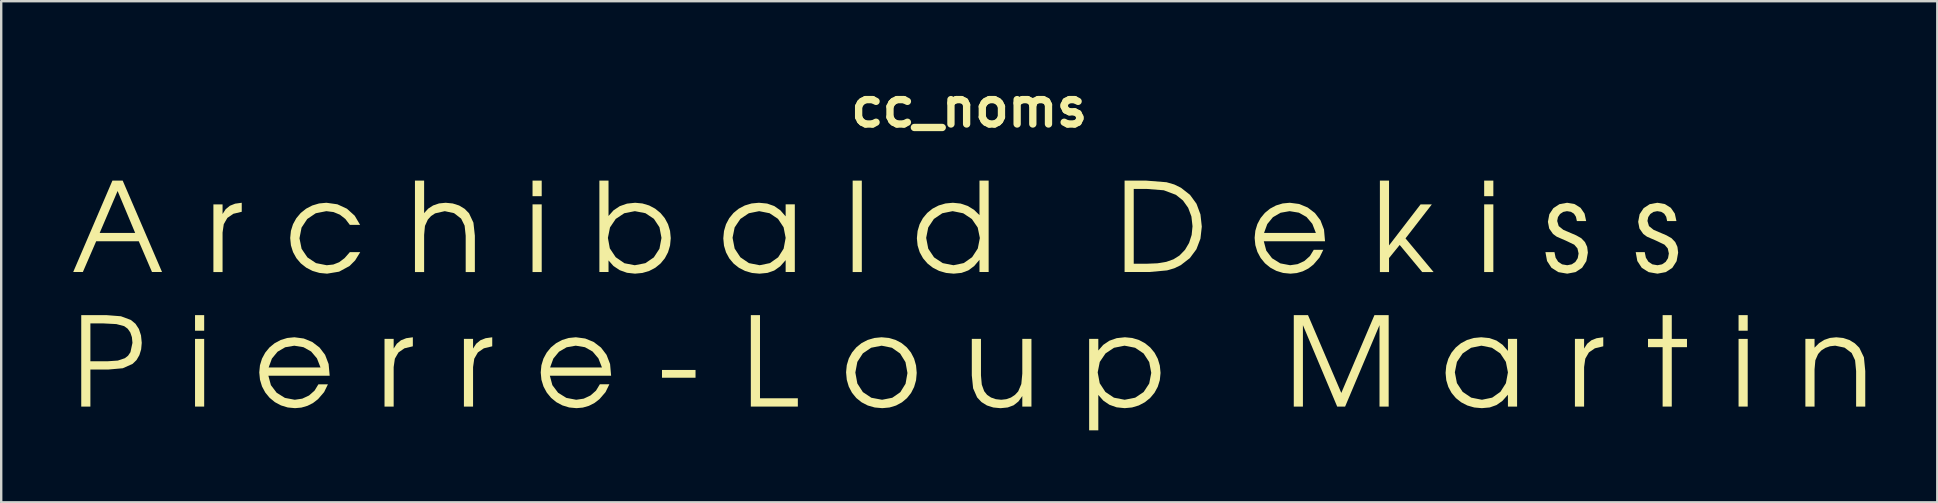
<source format=kicad_pcb>
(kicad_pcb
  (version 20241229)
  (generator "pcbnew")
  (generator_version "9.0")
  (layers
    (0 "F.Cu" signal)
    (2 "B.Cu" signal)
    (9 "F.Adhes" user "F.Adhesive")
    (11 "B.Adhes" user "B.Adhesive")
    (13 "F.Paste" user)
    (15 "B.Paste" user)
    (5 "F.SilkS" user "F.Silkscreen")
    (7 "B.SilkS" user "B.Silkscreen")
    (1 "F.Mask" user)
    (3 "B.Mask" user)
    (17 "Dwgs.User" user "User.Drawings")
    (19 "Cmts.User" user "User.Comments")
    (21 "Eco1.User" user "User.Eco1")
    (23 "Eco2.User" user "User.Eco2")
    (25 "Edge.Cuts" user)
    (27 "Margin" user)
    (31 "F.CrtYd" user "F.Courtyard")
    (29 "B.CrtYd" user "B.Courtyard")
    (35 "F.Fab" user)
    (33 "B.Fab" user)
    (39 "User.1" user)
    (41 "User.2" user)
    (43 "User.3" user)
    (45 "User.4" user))
  (footprint "cc_noms"
    (layer "F.Cu")
    (at 37.333 9.677)
    (property "Reference" "cc_noms" (at 0 -8.25 0) (layer "F.SilkS") (effects (font (size 1.524 1.524) (thickness 0.305))))
    (attr smd)
    (fp_poly (pts (xy -32.257 1.052) (xy -31.876 1.052) (xy -31.876 0.403) (xy -32.257 0.403) (xy -32.257 1.052)) (stroke (width 0) (type solid)) (fill yes) (layer "F.SilkS"))
    (fp_poly (pts (xy -32.257 4.213) (xy -31.876 4.213) (xy -31.876 1.393) (xy -32.257 1.393) (xy -32.257 4.213)) (stroke (width 0) (type solid)) (fill yes) (layer "F.SilkS"))
    (fp_poly (pts (xy -18.195 -4.553) (xy -17.813 -4.553) (xy -17.813 -5.202) (xy -18.195 -5.202) (xy -18.195 -4.553)) (stroke (width 0) (type solid)) (fill yes) (layer "F.SilkS"))
    (fp_poly (pts (xy -18.195 -1.392) (xy -17.813 -1.392) (xy -17.813 -4.212) (xy -18.195 -4.212) (xy -18.195 -1.392)) (stroke (width 0) (type solid)) (fill yes) (layer "F.SilkS"))
    (fp_poly (pts (xy -12.801 2.687) (xy -12.801 3.011) (xy -11.404 3.011) (xy -11.404 2.687) (xy -12.801 2.687)) (stroke (width 0) (type solid)) (fill yes) (layer "F.SilkS"))
    (fp_poly (pts (xy -4.857 -1.392) (xy -4.476 -1.392) (xy -4.476 -5.202) (xy -4.857 -5.202) (xy -4.857 -1.392)) (stroke (width 0) (type solid)) (fill yes) (layer "F.SilkS"))
    (fp_poly (pts (xy 21.455 -4.553) (xy 21.837 -4.553) (xy 21.837 -5.202) (xy 21.455 -5.202) (xy 21.455 -4.553)) (stroke (width 0) (type solid)) (fill yes) (layer "F.SilkS"))
    (fp_poly (pts (xy 21.455 -1.392) (xy 21.837 -1.392) (xy 21.837 -4.212) (xy 21.455 -4.212) (xy 21.455 -1.392)) (stroke (width 0) (type solid)) (fill yes) (layer "F.SilkS"))
    (fp_poly (pts (xy 32.054 1.052) (xy 32.435 1.052) (xy 32.435 0.403) (xy 32.054 0.403) (xy 32.054 1.052)) (stroke (width 0) (type solid)) (fill yes) (layer "F.SilkS"))
    (fp_poly (pts (xy 32.054 4.213) (xy 32.435 4.213) (xy 32.435 1.393) (xy 32.054 1.393) (xy 32.054 4.213)) (stroke (width 0) (type solid)) (fill yes) (layer "F.SilkS"))
    (fp_poly (pts (xy -9.1 4.213) (xy -7.141 4.213) (xy -7.141 3.867) (xy -8.718 3.867) (xy -8.718 0.403) (xy -9.1 0.403) (xy -9.1 4.213) (xy -9.1 4.213)) (stroke (width 0) (type solid)) (fill yes) (layer "F.SilkS"))
    (fp_poly (pts (xy 17.11 -1.392) (xy 17.491 -1.392) (xy 17.491 -1.975) (xy 17.935 -2.521) (xy 18.873 -1.392) (xy 19.347 -1.392) (xy 18.177 -2.795) (xy 19.275 -4.212) (xy 18.806 -4.212) (xy 17.491 -2.501) (xy 17.491 -5.202) (xy 17.11 -5.202) (xy 17.11 -1.392)) (stroke (width 0) (type solid)) (fill yes) (layer "F.SilkS"))
    (fp_poly (pts (xy 28.89 4.213) (xy 29.271 4.213) (xy 29.271 1.738) (xy 29.905 1.738) (xy 29.905 1.393) (xy 29.271 1.393) (xy 29.271 0.403) (xy 28.89 0.403) (xy 28.89 1.393) (xy 28.281 1.393) (xy 28.281 1.738) (xy 28.89 1.738) (xy 28.89 4.213)) (stroke (width 0) (type solid)) (fill yes) (layer "F.SilkS"))
    (fp_poly (pts (xy -35.699 -5.202) (xy -35.483 -4.769) (xy -34.751 -3.021) (xy -36.23 -3.021) (xy -35.483 -4.769) (xy -35.699 -5.202) (xy -37.333 -1.393) (xy -36.931 -1.393) (xy -36.375 -2.676) (xy -34.601 -2.676) (xy -34.05 -1.393) (xy -33.632 -1.393) (xy -35.271 -5.202) (xy -35.699 -5.202)) (stroke (width 0) (type solid)) (fill yes) (layer "F.SilkS"))
    (fp_poly (pts (xy 13.522 4.213) (xy 13.903 4.213) (xy 13.903 0.82) (xy 15.331 4.213) (xy 15.661 4.213) (xy 17.094 0.82) (xy 17.094 4.213) (xy 17.476 4.213) (xy 17.476 0.403) (xy 16.883 0.403) (xy 15.502 3.645) (xy 14.115 0.403) (xy 13.522 0.403) (xy 13.522 4.213)) (stroke (width 0) (type solid)) (fill yes) (layer "F.SilkS"))
    (fp_poly (pts (xy -31.492 -1.392) (xy -31.11 -1.392) (xy -31.11 -3.037) (xy -31.06 -3.387) (xy -30.91 -3.648) (xy -30.66 -3.82) (xy -30.311 -3.903) (xy -30.311 -4.279) (xy -30.587 -4.241) (xy -30.807 -4.153) (xy -30.98 -4.011) (xy -31.11 -3.81) (xy -31.11 -4.212) (xy -31.492 -4.212) (xy -31.492 -1.392) (xy -31.492 -1.392)) (stroke (width 0) (type solid)) (fill yes) (layer "F.SilkS"))
    (fp_poly (pts (xy -24.362 4.213) (xy -23.981 4.213) (xy -23.981 2.568) (xy -23.931 2.218) (xy -23.78 1.957) (xy -23.531 1.785) (xy -23.182 1.702) (xy -23.182 1.326) (xy -23.457 1.364) (xy -23.678 1.452) (xy -23.85 1.594) (xy -23.981 1.795) (xy -23.981 1.393) (xy -24.362 1.393) (xy -24.362 4.213) (xy -24.362 4.213)) (stroke (width 0) (type solid)) (fill yes) (layer "F.SilkS"))
    (fp_poly (pts (xy -21.054 4.213) (xy -20.673 4.213) (xy -20.673 2.568) (xy -20.623 2.218) (xy -20.472 1.957) (xy -20.223 1.785) (xy -19.874 1.702) (xy -19.874 1.326) (xy -20.149 1.364) (xy -20.37 1.452) (xy -20.542 1.594) (xy -20.673 1.795) (xy -20.673 1.393) (xy -21.054 1.393) (xy -21.054 4.213) (xy -21.054 4.213)) (stroke (width 0) (type solid)) (fill yes) (layer "F.SilkS"))
    (fp_poly (pts (xy 25.236 4.213) (xy 25.618 4.213) (xy 25.618 2.568) (xy 25.668 2.218) (xy 25.818 1.957) (xy 26.068 1.785) (xy 26.417 1.702) (xy 26.417 1.326) (xy 26.141 1.364) (xy 25.921 1.452) (xy 25.748 1.594) (xy 25.618 1.795) (xy 25.618 1.393) (xy 25.236 1.393) (xy 25.236 4.213) (xy 25.236 4.213)) (stroke (width 0) (type solid)) (fill yes) (layer "F.SilkS"))
    (fp_poly (pts (xy -23.094 -1.392) (xy -22.712 -1.392) (xy -22.712 -2.939) (xy -22.677 -3.315) (xy -22.557 -3.578) (xy -22.422 -3.727) (xy -22.255 -3.837) (xy -21.851 -3.929) (xy -21.465 -3.846) (xy -21.171 -3.619) (xy -21.025 -3.326) (xy -20.98 -2.908) (xy -20.98 -1.392) (xy -20.598 -1.392) (xy -20.598 -2.908) (xy -20.658 -3.45) (xy -20.841 -3.841) (xy -21.025 -4.027) (xy -21.254 -4.165) (xy -21.521 -4.25) (xy -21.815 -4.279) (xy -22.092 -4.251) (xy -22.337 -4.167) (xy -22.546 -4.031) (xy -22.712 -3.846) (xy -22.712 -5.202) (xy -23.094 -5.202) (xy -23.094 -1.392) (xy -23.094 -1.392)) (stroke (width 0) (type solid)) (fill yes) (layer "F.SilkS"))
    (fp_poly (pts (xy 34.838 4.213) (xy 35.22 4.213) (xy 35.22 2.661) (xy 35.254 2.283) (xy 35.369 2.022) (xy 35.501 1.876) (xy 35.669 1.768) (xy 35.864 1.7) (xy 36.081 1.676) (xy 36.47 1.757) (xy 36.766 1.98) (xy 36.909 2.283) (xy 36.952 2.733) (xy 36.952 4.213) (xy 37.333 4.213) (xy 37.333 2.733) (xy 37.277 2.161) (xy 37.086 1.764) (xy 36.898 1.578) (xy 36.672 1.44) (xy 36.413 1.355) (xy 36.127 1.326) (xy 35.862 1.353) (xy 35.623 1.434) (xy 35.409 1.569) (xy 35.22 1.759) (xy 35.22 1.393) (xy 34.838 1.393) (xy 34.838 4.213) (xy 34.838 4.213)) (stroke (width 0) (type solid)) (fill yes) (layer "F.SilkS"))
    (fp_poly (pts (xy 2.592 1.393) (xy 2.211 1.393) (xy 2.211 2.841) (xy 2.17 3.274) (xy 2.041 3.579) (xy 1.904 3.727) (xy 1.738 3.837) (xy 1.546 3.905) (xy 1.334 3.929) (xy 1.109 3.905) (xy 0.909 3.836) (xy 0.744 3.725) (xy 0.623 3.573) (xy 0.523 3.298) (xy 0.489 2.913) (xy 0.489 1.393) (xy 0.107 1.393) (xy 0.107 2.913) (xy 0.162 3.452) (xy 0.329 3.831) (xy 0.511 4.025) (xy 0.737 4.166) (xy 1.003 4.251) (xy 1.303 4.28) (xy 1.603 4.25) (xy 1.85 4.159) (xy 2.05 4.001) (xy 2.211 3.774) (xy 2.211 4.213) (xy 2.592 4.213) (xy 2.592 1.393) (xy 2.592 1.393)) (stroke (width 0) (type solid)) (fill yes) (layer "F.SilkS"))
    (fp_poly (pts (xy -36.998 0.403) (xy -36.617 0.748) (xy -36.075 0.748) (xy -35.536 0.776) (xy -35.209 0.862) (xy -35.062 0.97) (xy -34.954 1.125) (xy -34.887 1.322) (xy -34.864 1.558) (xy -34.948 1.947) (xy -35.047 2.093) (xy -35.179 2.197) (xy -35.473 2.296) (xy -35.911 2.326) (xy -36.617 2.326) (xy -36.617 0.748) (xy -36.998 0.403) (xy -36.998 4.213) (xy -36.617 4.213) (xy -36.617 2.671) (xy -35.885 2.671) (xy -35.266 2.616) (xy -34.859 2.434) (xy -34.695 2.275) (xy -34.576 2.071) (xy -34.502 1.83) (xy -34.477 1.558) (xy -34.508 1.248) (xy -34.596 0.98) (xy -34.738 0.763) (xy -34.931 0.604) (xy -35.344 0.45) (xy -35.946 0.403) (xy -36.998 0.403)) (stroke (width 0) (type solid)) (fill yes) (layer "F.SilkS"))
    (fp_poly (pts (xy 6.473 -5.202) (xy 6.854 -4.856) (xy 7.385 -4.856) (xy 8.107 -4.799) (xy 8.612 -4.609) (xy 8.905 -4.374) (xy 9.122 -4.069) (xy 9.257 -3.707) (xy 9.303 -3.3) (xy 9.267 -2.938) (xy 9.161 -2.608) (xy 8.99 -2.318) (xy 8.757 -2.078) (xy 8.509 -1.923) (xy 8.21 -1.817) (xy 7.842 -1.757) (xy 7.385 -1.738) (xy 6.854 -1.738) (xy 6.854 -4.856) (xy 6.473 -5.202) (xy 6.473 -1.393) (xy 7.499 -1.393) (xy 8.242 -1.461) (xy 8.543 -1.549) (xy 8.808 -1.676) (xy 9.19 -1.971) (xy 9.465 -2.341) (xy 9.633 -2.781) (xy 9.69 -3.284) (xy 9.634 -3.793) (xy 9.469 -4.237) (xy 9.198 -4.609) (xy 8.824 -4.903) (xy 8.542 -5.041) (xy 8.221 -5.134) (xy 7.37 -5.202) (xy 6.473 -5.202)) (stroke (width 0) (type solid)) (fill yes) (layer "F.SilkS"))
    (fp_poly (pts (xy -25.807 -2.222) (xy -26.026 -1.972) (xy -26.251 -1.802) (xy -26.495 -1.706) (xy -26.771 -1.676) (xy -27.216 -1.764) (xy -27.576 -2.004) (xy -27.817 -2.361) (xy -27.905 -2.8) (xy -27.819 -3.244) (xy -27.582 -3.602) (xy -27.227 -3.842) (xy -26.787 -3.929) (xy -26.488 -3.892) (xy -26.222 -3.782) (xy -25.993 -3.603) (xy -25.807 -3.357) (xy -25.379 -3.357) (xy -25.605 -3.74) (xy -25.928 -4.031) (xy -26.327 -4.215) (xy -26.782 -4.279) (xy -27.089 -4.25) (xy -27.374 -4.165) (xy -27.631 -4.031) (xy -27.854 -3.852) (xy -28.037 -3.635) (xy -28.175 -3.385) (xy -28.262 -3.109) (xy -28.292 -2.81) (xy -28.262 -2.505) (xy -28.174 -2.224) (xy -28.034 -1.971) (xy -27.849 -1.753) (xy -27.622 -1.574) (xy -27.361 -1.439) (xy -27.07 -1.355) (xy -26.756 -1.325) (xy -26.254 -1.408) (xy -25.818 -1.645) (xy -25.586 -1.878) (xy -25.374 -2.222) (xy -25.807 -2.222) (xy -25.807 -2.222)) (stroke (width 0) (type solid)) (fill yes) (layer "F.SilkS"))
    (fp_poly (pts (xy -15.41 -5.202) (xy -15.055 -2.815) (xy -14.967 -3.252) (xy -14.728 -3.606) (xy -14.372 -3.843) (xy -13.931 -3.929) (xy -13.49 -3.844) (xy -13.139 -3.61) (xy -12.906 -3.257) (xy -12.822 -2.815) (xy -12.907 -2.363) (xy -13.142 -2.002) (xy -13.494 -1.762) (xy -13.936 -1.676) (xy -14.367 -1.759) (xy -14.73 -2.011) (xy -14.975 -2.378) (xy -15.055 -2.815) (xy -15.41 -5.202) (xy -15.41 -1.393) (xy -15.029 -1.393) (xy -15.029 -1.877) (xy -14.822 -1.643) (xy -14.562 -1.47) (xy -14.26 -1.362) (xy -13.925 -1.325) (xy -13.617 -1.355) (xy -13.334 -1.438) (xy -13.08 -1.571) (xy -12.862 -1.748) (xy -12.683 -1.965) (xy -12.549 -2.217) (xy -12.465 -2.499) (xy -12.436 -2.805) (xy -12.465 -3.107) (xy -12.55 -3.385) (xy -12.685 -3.636) (xy -12.865 -3.853) (xy -13.084 -4.032) (xy -13.336 -4.166) (xy -13.617 -4.25) (xy -13.92 -4.279) (xy -14.259 -4.243) (xy -14.561 -4.137) (xy -14.82 -3.964) (xy -15.029 -3.728) (xy -15.029 -5.202) (xy -15.41 -5.202)) (stroke (width 0) (type solid)) (fill yes) (layer "F.SilkS"))
    (fp_poly (pts (xy 0.427 -5.202) (xy 0.443 -2.81) (xy 0.356 -2.372) (xy 0.12 -2.011) (xy -0.229 -1.766) (xy -0.655 -1.676) (xy -1.105 -1.764) (xy -1.466 -2.004) (xy -1.707 -2.365) (xy -1.794 -2.815) (xy -1.708 -3.25) (xy -1.473 -3.604) (xy -1.122 -3.842) (xy -0.691 -3.929) (xy -0.251 -3.841) (xy 0.11 -3.601) (xy 0.353 -3.246) (xy 0.443 -2.81) (xy 0.427 -5.202) (xy 0.427 -3.764) (xy 0.199 -3.986) (xy -0.065 -4.147) (xy -0.36 -4.246) (xy -0.681 -4.279) (xy -0.989 -4.25) (xy -1.274 -4.166) (xy -1.53 -4.033) (xy -1.75 -3.855) (xy -1.931 -3.637) (xy -2.067 -3.385) (xy -2.151 -3.105) (xy -2.181 -2.8) (xy -2.151 -2.497) (xy -2.064 -2.217) (xy -1.925 -1.966) (xy -1.74 -1.749) (xy -1.514 -1.572) (xy -1.252 -1.438) (xy -0.961 -1.355) (xy -0.645 -1.325) (xy -0.319 -1.358) (xy -0.039 -1.461) (xy 0.206 -1.641) (xy 0.427 -1.903) (xy 0.427 -1.393) (xy 0.809 -1.393) (xy 0.809 -5.202) (xy 0.427 -5.202)) (stroke (width 0) (type solid)) (fill yes) (layer "F.SilkS"))
    (fp_poly (pts (xy 6.486 1.325) (xy 6.471 1.676) (xy 6.912 1.762) (xy 7.265 2) (xy 7.499 2.359) (xy 7.584 2.81) (xy 7.499 3.253) (xy 7.266 3.607) (xy 6.914 3.843) (xy 6.476 3.929) (xy 6.029 3.842) (xy 5.673 3.603) (xy 5.437 3.242) (xy 5.352 2.789) (xy 5.439 2.352) (xy 5.678 1.999) (xy 6.032 1.763) (xy 6.471 1.676) (xy 6.486 1.325) (xy 6.144 1.362) (xy 5.841 1.468) (xy 5.584 1.641) (xy 5.378 1.877) (xy 5.378 1.393) (xy 4.996 1.393) (xy 4.996 5.202) (xy 5.378 5.202) (xy 5.378 3.728) (xy 5.588 3.966) (xy 5.843 4.139) (xy 6.141 4.244) (xy 6.476 4.279) (xy 6.782 4.25) (xy 7.064 4.166) (xy 7.318 4.032) (xy 7.538 3.854) (xy 7.719 3.638) (xy 7.855 3.388) (xy 7.941 3.11) (xy 7.971 2.81) (xy 7.941 2.505) (xy 7.857 2.224) (xy 7.723 1.971) (xy 7.543 1.753) (xy 7.325 1.574) (xy 7.073 1.44) (xy 6.791 1.355) (xy 6.486 1.325)) (stroke (width 0) (type solid)) (fill yes) (layer "F.SilkS"))
    (fp_poly (pts (xy 21.331 1.325) (xy 21.341 1.676) (xy 21.775 1.762) (xy 22.125 1.997) (xy 22.359 2.35) (xy 22.445 2.789) (xy 22.361 3.238) (xy 22.131 3.599) (xy 21.788 3.841) (xy 21.362 3.929) (xy 20.916 3.841) (xy 20.558 3.599) (xy 20.319 3.235) (xy 20.233 2.785) (xy 20.32 2.352) (xy 20.557 2) (xy 20.909 1.763) (xy 21.341 1.676) (xy 21.331 1.325) (xy 21.024 1.355) (xy 20.743 1.438) (xy 20.49 1.572) (xy 20.272 1.751) (xy 20.093 1.969) (xy 19.96 2.222) (xy 19.876 2.504) (xy 19.847 2.81) (xy 19.876 3.115) (xy 19.961 3.394) (xy 20.096 3.644) (xy 20.277 3.86) (xy 20.499 4.036) (xy 20.755 4.168) (xy 21.043 4.251) (xy 21.357 4.279) (xy 21.687 4.249) (xy 21.969 4.149) (xy 22.216 3.975) (xy 22.445 3.718) (xy 22.445 4.213) (xy 22.826 4.213) (xy 22.826 1.393) (xy 22.445 1.393) (xy 22.445 1.893) (xy 22.222 1.639) (xy 21.967 1.462) (xy 21.673 1.359) (xy 21.331 1.325)) (stroke (width 0) (type solid)) (fill yes) (layer "F.SilkS"))
    (fp_poly (pts (xy -8.762 -4.279) (xy -8.752 -3.929) (xy -8.319 -3.843) (xy -7.968 -3.608) (xy -7.734 -3.255) (xy -7.649 -2.815) (xy -7.732 -2.368) (xy -7.962 -2.006) (xy -8.306 -1.764) (xy -8.731 -1.676) (xy -9.178 -1.764) (xy -9.535 -2.007) (xy -9.774 -2.37) (xy -9.861 -2.82) (xy -9.774 -3.252) (xy -9.536 -3.605) (xy -9.184 -3.842) (xy -8.752 -3.929) (xy -8.762 -4.279) (xy -9.069 -4.25) (xy -9.351 -4.166) (xy -9.604 -4.032) (xy -9.822 -3.854) (xy -10 -3.636) (xy -10.134 -3.384) (xy -10.218 -3.101) (xy -10.247 -2.795) (xy -10.218 -2.49) (xy -10.133 -2.211) (xy -9.997 -1.96) (xy -9.817 -1.745) (xy -9.595 -1.569) (xy -9.338 -1.437) (xy -9.05 -1.354) (xy -8.737 -1.325) (xy -8.407 -1.357) (xy -8.125 -1.455) (xy -7.877 -1.63) (xy -7.649 -1.888) (xy -7.649 -1.393) (xy -7.267 -1.393) (xy -7.267 -4.212) (xy -7.267 -4.213) (xy -7.649 -4.213) (xy -7.649 -3.712) (xy -7.871 -3.966) (xy -8.127 -4.143) (xy -8.421 -4.246) (xy -8.762 -4.279)) (stroke (width 0) (type solid)) (fill yes) (layer "F.SilkS"))
    (fp_poly (pts (xy -28.117 1.325) (xy -28.122 1.677) (xy -27.739 1.739) (xy -27.419 1.919) (xy -27.177 2.205) (xy -27.029 2.583) (xy -29.189 2.583) (xy -29.054 2.213) (xy -28.818 1.927) (xy -28.501 1.742) (xy -28.122 1.677) (xy -28.117 1.325) (xy -28.415 1.355) (xy -28.691 1.44) (xy -28.94 1.573) (xy -29.156 1.75) (xy -29.333 1.967) (xy -29.467 2.215) (xy -29.552 2.492) (xy -29.581 2.79) (xy -29.551 3.094) (xy -29.466 3.375) (xy -29.33 3.628) (xy -29.149 3.848) (xy -28.929 4.029) (xy -28.676 4.164) (xy -28.395 4.25) (xy -28.091 4.279) (xy -27.825 4.255) (xy -27.573 4.182) (xy -27.34 4.064) (xy -27.132 3.903) (xy -26.879 3.61) (xy -26.72 3.285) (xy -27.116 3.285) (xy -27.278 3.549) (xy -27.508 3.752) (xy -27.79 3.883) (xy -28.102 3.929) (xy -28.512 3.851) (xy -28.855 3.638) (xy -29.096 3.32) (xy -29.2 2.929) (xy -26.647 2.929) (xy -26.691 2.441) (xy -26.838 2.057) (xy -27.069 1.754) (xy -27.371 1.523) (xy -27.726 1.377) (xy -28.117 1.325)) (stroke (width 0) (type solid)) (fill yes) (layer "F.SilkS"))
    (fp_poly (pts (xy -16.39 1.325) (xy -16.395 1.676) (xy -16.012 1.739) (xy -15.693 1.919) (xy -15.451 2.205) (xy -15.303 2.583) (xy -17.463 2.583) (xy -17.328 2.213) (xy -17.092 1.927) (xy -16.774 1.742) (xy -16.395 1.676) (xy -16.39 1.325) (xy -16.689 1.355) (xy -16.965 1.439) (xy -17.214 1.573) (xy -17.43 1.75) (xy -17.607 1.967) (xy -17.741 2.215) (xy -17.825 2.492) (xy -17.854 2.79) (xy -17.825 3.094) (xy -17.739 3.375) (xy -17.603 3.628) (xy -17.423 3.848) (xy -17.203 4.029) (xy -16.95 4.164) (xy -16.668 4.25) (xy -16.364 4.279) (xy -16.099 4.255) (xy -15.846 4.182) (xy -15.614 4.064) (xy -15.406 3.903) (xy -15.153 3.61) (xy -14.994 3.284) (xy -15.39 3.284) (xy -15.551 3.549) (xy -15.782 3.752) (xy -16.063 3.883) (xy -16.375 3.929) (xy -16.786 3.851) (xy -17.129 3.638) (xy -17.369 3.32) (xy -17.473 2.929) (xy -14.921 2.929) (xy -14.964 2.441) (xy -15.112 2.057) (xy -15.343 1.754) (xy -15.645 1.523) (xy -16 1.377) (xy -16.39 1.325)) (stroke (width 0) (type solid)) (fill yes) (layer "F.SilkS"))
    (fp_poly (pts (xy 13.355 -4.279) (xy 13.35 -3.929) (xy 13.734 -3.866) (xy 14.053 -3.686) (xy 14.295 -3.4) (xy 14.443 -3.021) (xy 12.283 -3.021) (xy 12.418 -3.391) (xy 12.654 -3.678) (xy 12.972 -3.863) (xy 13.35 -3.929) (xy 13.355 -4.279) (xy 13.057 -4.25) (xy 12.781 -4.166) (xy 12.532 -4.032) (xy 12.316 -3.855) (xy 12.138 -3.639) (xy 12.005 -3.39) (xy 11.921 -3.113) (xy 11.891 -2.815) (xy 11.921 -2.512) (xy 12.007 -2.23) (xy 12.143 -1.977) (xy 12.323 -1.757) (xy 12.543 -1.577) (xy 12.796 -1.441) (xy 13.078 -1.355) (xy 13.381 -1.325) (xy 13.647 -1.35) (xy 13.899 -1.423) (xy 14.132 -1.541) (xy 14.34 -1.702) (xy 14.593 -1.996) (xy 14.752 -2.32) (xy 14.355 -2.32) (xy 14.194 -2.057) (xy 13.964 -1.853) (xy 13.683 -1.722) (xy 13.371 -1.676) (xy 12.96 -1.754) (xy 12.617 -1.967) (xy 12.376 -2.285) (xy 12.273 -2.676) (xy 14.824 -2.676) (xy 14.781 -3.164) (xy 14.634 -3.547) (xy 14.403 -3.851) (xy 14.101 -4.081) (xy 13.746 -4.228) (xy 13.355 -4.279)) (stroke (width 0) (type solid)) (fill yes) (layer "F.SilkS"))
    (fp_poly (pts (xy 24.007 -2.222) (xy 24.075 -1.852) (xy 24.26 -1.569) (xy 24.545 -1.389) (xy 24.915 -1.325) (xy 25.262 -1.39) (xy 25.535 -1.57) (xy 25.712 -1.847) (xy 25.776 -2.202) (xy 25.746 -2.441) (xy 25.655 -2.64) (xy 25.502 -2.801) (xy 25.286 -2.923) (xy 24.755 -3.15) (xy 24.56 -3.307) (xy 24.497 -3.521) (xy 24.529 -3.681) (xy 24.616 -3.81) (xy 24.745 -3.897) (xy 24.904 -3.929) (xy 25.07 -3.902) (xy 25.196 -3.823) (xy 25.279 -3.694) (xy 25.317 -3.516) (xy 25.704 -3.516) (xy 25.637 -3.827) (xy 25.471 -4.068) (xy 25.223 -4.224) (xy 24.91 -4.279) (xy 24.591 -4.22) (xy 24.338 -4.054) (xy 24.171 -3.803) (xy 24.111 -3.485) (xy 24.164 -3.206) (xy 24.322 -2.98) (xy 24.478 -2.865) (xy 24.843 -2.707) (xy 25.209 -2.532) (xy 25.341 -2.378) (xy 25.389 -2.166) (xy 25.353 -1.97) (xy 25.254 -1.814) (xy 25.104 -1.713) (xy 24.915 -1.676) (xy 24.702 -1.713) (xy 24.539 -1.82) (xy 24.431 -1.991) (xy 24.384 -2.222) (xy 24.007 -2.222) (xy 24.007 -2.222)) (stroke (width 0) (type solid)) (fill yes) (layer "F.SilkS"))
    (fp_poly (pts (xy 27.769 -2.222) (xy 27.836 -1.852) (xy 28.021 -1.569) (xy 28.307 -1.389) (xy 28.676 -1.325) (xy 29.024 -1.39) (xy 29.296 -1.57) (xy 29.473 -1.847) (xy 29.537 -2.202) (xy 29.507 -2.441) (xy 29.416 -2.64) (xy 29.263 -2.801) (xy 29.047 -2.924) (xy 28.516 -3.15) (xy 28.321 -3.307) (xy 28.258 -3.522) (xy 28.29 -3.681) (xy 28.377 -3.81) (xy 28.506 -3.897) (xy 28.666 -3.929) (xy 28.832 -3.902) (xy 28.957 -3.823) (xy 29.04 -3.694) (xy 29.078 -3.516) (xy 29.465 -3.516) (xy 29.398 -3.827) (xy 29.232 -4.068) (xy 28.984 -4.224) (xy 28.671 -4.279) (xy 28.352 -4.22) (xy 28.099 -4.054) (xy 27.932 -3.803) (xy 27.872 -3.485) (xy 27.925 -3.206) (xy 28.083 -2.98) (xy 28.239 -2.865) (xy 28.604 -2.707) (xy 28.97 -2.532) (xy 29.103 -2.378) (xy 29.15 -2.166) (xy 29.115 -1.97) (xy 29.016 -1.815) (xy 28.865 -1.713) (xy 28.676 -1.676) (xy 28.463 -1.713) (xy 28.3 -1.82) (xy 28.192 -1.991) (xy 28.145 -2.222) (xy 27.769 -2.222) (xy 27.769 -2.222)) (stroke (width 0) (type solid)) (fill yes) (layer "F.SilkS"))
    (fp_poly (pts (xy -3.652 1.325) (xy -3.652 1.676) (xy -3.222 1.762) (xy -2.881 2) (xy -2.656 2.361) (xy -2.574 2.815) (xy -2.653 3.261) (xy -2.872 3.614) (xy -3.207 3.846) (xy -3.631 3.929) (xy -4.079 3.845) (xy -4.431 3.61) (xy -4.662 3.251) (xy -4.745 2.795) (xy -4.662 2.351) (xy -4.432 1.996) (xy -4.086 1.761) (xy -3.652 1.677) (xy -3.652 1.676) (xy -3.652 1.325) (xy -3.955 1.355) (xy -4.235 1.438) (xy -4.487 1.57) (xy -4.705 1.746) (xy -4.883 1.96) (xy -5.018 2.208) (xy -5.102 2.485) (xy -5.131 2.785) (xy -5.102 3.098) (xy -5.018 3.384) (xy -4.884 3.638) (xy -4.705 3.857) (xy -4.484 4.035) (xy -4.227 4.168) (xy -3.937 4.251) (xy -3.621 4.279) (xy -3.322 4.251) (xy -3.049 4.169) (xy -2.805 4.037) (xy -2.595 3.862) (xy -2.424 3.647) (xy -2.296 3.396) (xy -2.215 3.116) (xy -2.188 2.81) (xy -2.216 2.5) (xy -2.297 2.215) (xy -2.428 1.962) (xy -2.603 1.745) (xy -2.817 1.569) (xy -3.066 1.437) (xy -3.346 1.354) (xy -3.652 1.325)) (stroke (width 0) (type solid)) (fill yes) (layer "F.SilkS")))
  (gr_rect
    (start -3 -3)
    (end 77.667 17.879)
    (stroke (width 0.1) (type default))
    (fill no)
    (layer "Edge.Cuts")))
</source>
